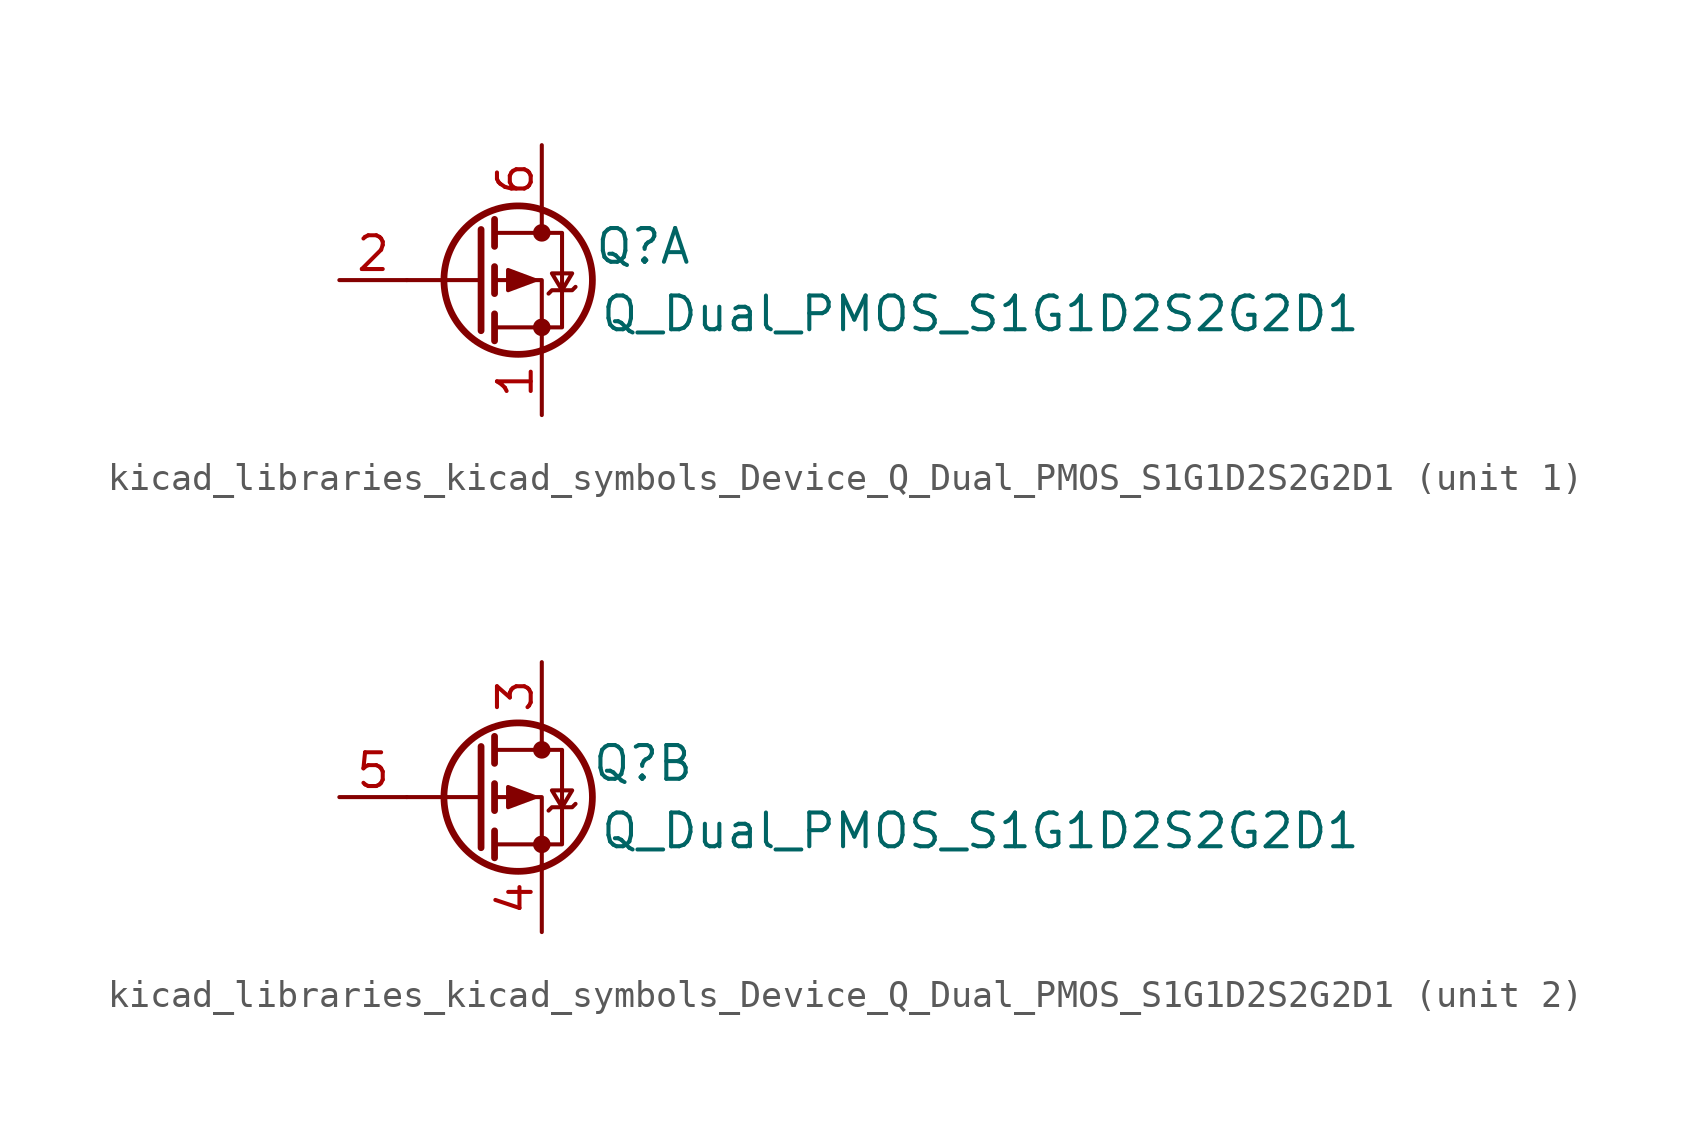
<source format=kicad_sym>
(kicad_symbol_lib
  (version 20220914)
  (generator kicad_symbol_editor)
  (symbol "kicad_libraries_kicad_symbols_Device_Q_Dual_PMOS_S1G1D2S2G2D1"
    (pin_names
      (offset 0) hide)
    (property "Reference" "Q"
      (at 6.35 1.27 0)
      (effects (font (size 1.27 1.27))))
    (property "Value" "Q_Dual_PMOS_S1G1D2S2G2D1"
      (at 19.05 -1.27 0)
      (effects (font (size 1.27 1.27))))
    (symbol "kicad_libraries_kicad_symbols_Device_Q_Dual_PMOS_S1G1D2S2G2D1_0_1"
      (polyline (pts (xy 0.254 0) (xy -2.54 0)) (stroke (width 0) (type default)) (fill (type none)))
      (polyline (pts (xy 0.254 1.905) (xy 0.254 -1.905)) (stroke (width 0.254) (type default)) (fill (type none)))
      (polyline (pts (xy 0.762 -1.27) (xy 0.762 -2.286)) (stroke (width 0.254) (type default)) (fill (type none)))
      (polyline (pts (xy 0.762 0.508) (xy 0.762 -0.508)) (stroke (width 0.254) (type default)) (fill (type none)))
      (polyline (pts (xy 0.762 2.286) (xy 0.762 1.27)) (stroke (width 0.254) (type default)) (fill (type none)))
      (polyline (pts (xy 2.54 2.54) (xy 2.54 1.778)) (stroke (width 0) (type default)) (fill (type none)))
      (polyline (pts (xy 2.54 -2.54) (xy 2.54 0) (xy 0.762 0)) (stroke (width 0) (type default)) (fill (type none)))
      (polyline (pts (xy 0.762 1.778) (xy 3.302 1.778) (xy 3.302 -1.778) (xy 0.762 -1.778)) (stroke (width 0) (type default)) (fill (type none)))
      (polyline (pts (xy 2.286 0) (xy 1.27 0.381) (xy 1.27 -0.381) (xy 2.286 0)) (stroke (width 0) (type default)) (fill (type outline)))
      (polyline (pts (xy 2.794 -0.508) (xy 2.921 -0.381) (xy 3.683 -0.381) (xy 3.81 -0.254)) (stroke (width 0) (type default)) (fill (type none)))
      (polyline (pts (xy 3.302 -0.381) (xy 2.921 0.254) (xy 3.683 0.254) (xy 3.302 -0.381)) (stroke (width 0) (type default)) (fill (type none)))
      (circle (center 1.651 0) (radius 2.794) (stroke (width 0.254) (type default)) (fill (type none)))
      (circle (center 2.54 -1.778) (radius 0.254) (stroke (width 0) (type default)) (fill (type outline)))
      (circle (center 2.54 1.778) (radius 0.254) (stroke (width 0) (type default)) (fill (type outline))))
    (symbol "kicad_libraries_kicad_symbols_Device_Q_Dual_PMOS_S1G1D2S2G2D1_1_1"
      (pin passive line (at 2.54 -5.08 90) (length 2.54) (name "S" (effects (font (size 1.27 1.27)))) (number "1" (effects (font (size 1.27 1.27)))))
      (pin input line (at -5.08 0 0) (length 2.54) (name "G" (effects (font (size 1.27 1.27)))) (number "2" (effects (font (size 1.27 1.27)))))
      (pin passive line (at 2.54 5.08 270) (length 2.54) (name "D" (effects (font (size 1.27 1.27)))) (number "6" (effects (font (size 1.27 1.27))))))
    (symbol "kicad_libraries_kicad_symbols_Device_Q_Dual_PMOS_S1G1D2S2G2D1_2_1"
      (pin passive line (at 2.54 5.08 270) (length 2.54) (name "D" (effects (font (size 1.27 1.27)))) (number "3" (effects (font (size 1.27 1.27)))))
      (pin passive line (at 2.54 -5.08 90) (length 2.54) (name "S" (effects (font (size 1.27 1.27)))) (number "4" (effects (font (size 1.27 1.27)))))
      (pin input line (at -5.08 0 0) (length 2.54) (name "G" (effects (font (size 1.27 1.27)))) (number "5" (effects (font (size 1.27 1.27))))))))
</source>
